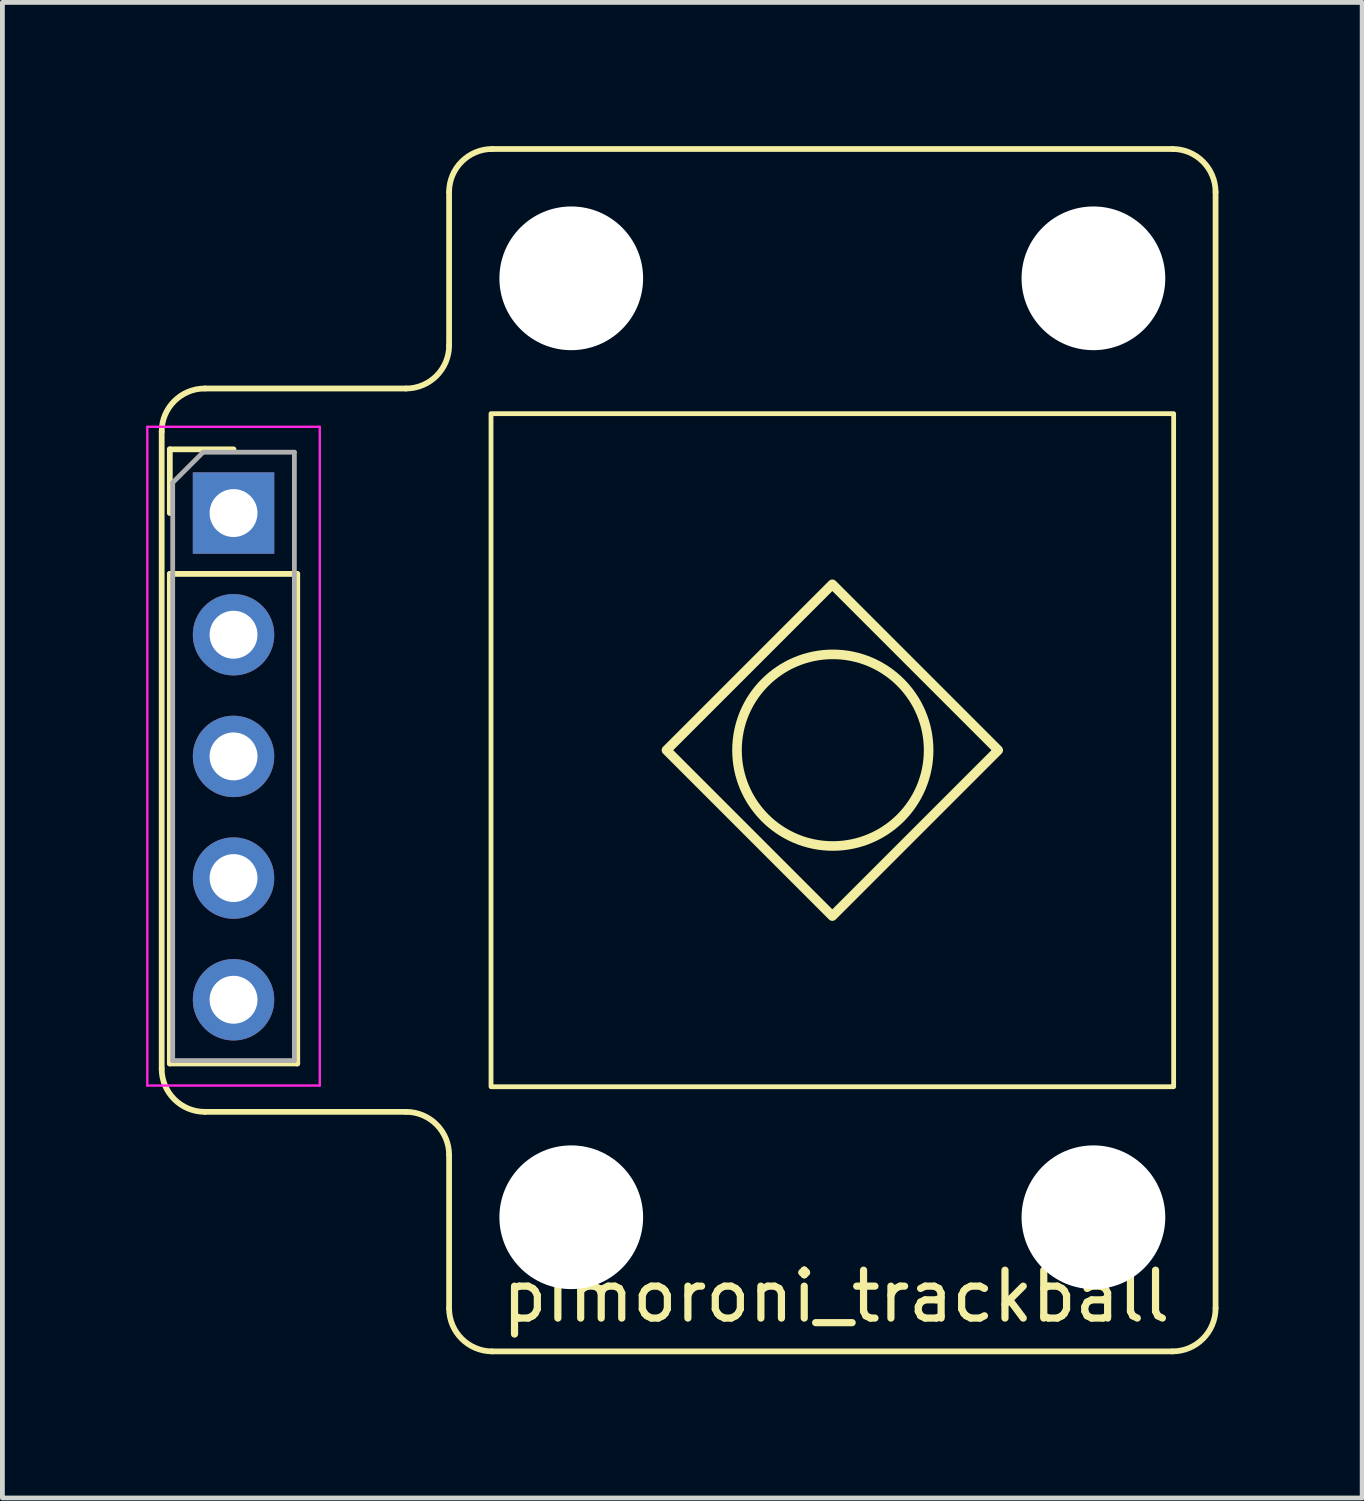
<source format=kicad_pcb>
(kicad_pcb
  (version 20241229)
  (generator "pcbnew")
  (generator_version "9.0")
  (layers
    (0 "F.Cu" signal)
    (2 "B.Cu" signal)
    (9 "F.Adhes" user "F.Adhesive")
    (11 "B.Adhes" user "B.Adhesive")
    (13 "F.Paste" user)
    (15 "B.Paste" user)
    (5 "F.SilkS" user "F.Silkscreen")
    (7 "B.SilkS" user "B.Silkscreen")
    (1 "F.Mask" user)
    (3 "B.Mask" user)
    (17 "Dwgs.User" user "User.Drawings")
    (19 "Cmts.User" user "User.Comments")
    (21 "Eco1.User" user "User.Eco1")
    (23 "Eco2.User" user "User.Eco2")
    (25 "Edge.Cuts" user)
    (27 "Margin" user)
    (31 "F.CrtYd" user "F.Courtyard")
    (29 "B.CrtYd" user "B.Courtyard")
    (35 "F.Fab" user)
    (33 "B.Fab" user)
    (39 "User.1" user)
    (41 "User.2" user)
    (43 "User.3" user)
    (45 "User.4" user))
  (footprint "pimoroni_trackball"
    (layer "F.Cu")
    (at 1.825 7.66)
    (property "Reference" "pimoroni_trackball" (at 12.58 16.35 0) (layer "F.SilkS") (effects (font (size 1 1) (thickness 0.15))))
    (attr through_hole)
    (fp_line (start -1.5 -1.7) (end -1.5 11.6) (stroke (width 0.12) (type solid)) (layer "F.SilkS"))
    (fp_line (start -1.33 -1.33) (end 0 -1.33) (stroke (width 0.12) (type solid)) (layer "F.SilkS"))
    (fp_line (start -1.33 0) (end -1.33 -1.33) (stroke (width 0.12) (type solid)) (layer "F.SilkS"))
    (fp_line (start -1.33 1.27) (end -1.33 11.49) (stroke (width 0.12) (type solid)) (layer "F.SilkS"))
    (fp_line (start -1.33 1.27) (end 1.33 1.27) (stroke (width 0.12) (type solid)) (layer "F.SilkS"))
    (fp_line (start -1.33 11.49) (end 1.33 11.49) (stroke (width 0.12) (type solid)) (layer "F.SilkS"))
    (fp_line (start -0.6 -2.6) (end 3.6 -2.6) (stroke (width 0.12) (type solid)) (layer "F.SilkS"))
    (fp_line (start -0.6 12.5) (end 3.6 12.5) (stroke (width 0.12) (type solid)) (layer "F.SilkS"))
    (fp_line (start 1.33 1.27) (end 1.33 11.49) (stroke (width 0.12) (type solid)) (layer "F.SilkS"))
    (fp_line (start 4.5 -3.5) (end 4.5 -6.7) (stroke (width 0.12) (type solid)) (layer "F.SilkS"))
    (fp_line (start 4.5 13.4) (end 4.5 16.6) (stroke (width 0.12) (type solid)) (layer "F.SilkS"))
    (fp_line (start 5.4 -7.6) (end 19.6 -7.6) (stroke (width 0.12) (type solid)) (layer "F.SilkS"))
    (fp_line (start 5.4 17.5) (end 19.6 17.5) (stroke (width 0.12) (type solid)) (layer "F.SilkS"))
    (fp_line (start 20.5 16.6) (end 20.5 -6.7) (stroke (width 0.12) (type solid)) (layer "F.SilkS"))
    (fp_rect (start 5.375 -2.075) (end 19.625 11.975) (stroke (width 0.1) (type default)) (fill no) (layer "F.SilkS"))
    (fp_arc (start -1.5 -1.7) (mid -1.236396 -2.336396) (end -0.6 -2.6) (stroke (width 0.12) (type default)) (layer "F.SilkS"))
    (fp_arc (start -0.6 12.5) (mid -1.236396 12.236396) (end -1.5 11.6) (stroke (width 0.12) (type default)) (layer "F.SilkS"))
    (fp_arc (start 3.6 12.5) (mid 4.236396 12.763604) (end 4.5 13.4) (stroke (width 0.12) (type default)) (layer "F.SilkS"))
    (fp_arc (start 4.5 -6.7) (mid 4.763604 -7.336396) (end 5.4 -7.6) (stroke (width 0.12) (type default)) (layer "F.SilkS"))
    (fp_arc (start 4.5 -3.5) (mid 4.236396 -2.863604) (end 3.6 -2.6) (stroke (width 0.12) (type default)) (layer "F.SilkS"))
    (fp_arc (start 5.4 17.5) (mid 4.763604 17.236396) (end 4.5 16.6) (stroke (width 0.12) (type default)) (layer "F.SilkS"))
    (fp_arc (start 19.6 -7.6) (mid 20.236396 -7.336396) (end 20.5 -6.7) (stroke (width 0.12) (type default)) (layer "F.SilkS"))
    (fp_arc (start 20.5 16.6) (mid 20.236396 17.236396) (end 19.6 17.5) (stroke (width 0.12) (type default)) (layer "F.SilkS"))
    (fp_circle (center 12.51 4.95) (end 14.51 4.95) (stroke (width 0.2) (type default)) (fill no) (layer "F.SilkS"))
    (fp_poly (pts (xy 9.037 4.95) (xy 12.5 1.487) (xy 15.963 4.95) (xy 12.5 8.413)) (stroke (width 0.2) (type default)) (fill no) (layer "F.SilkS"))
    (fp_line (start -1.8 -1.8) (end -1.8 11.95) (stroke (width 0.05) (type solid)) (layer "F.CrtYd"))
    (fp_line (start -1.8 11.95) (end 1.8 11.95) (stroke (width 0.05) (type solid)) (layer "F.CrtYd"))
    (fp_line (start 1.8 -1.8) (end -1.8 -1.8) (stroke (width 0.05) (type solid)) (layer "F.CrtYd"))
    (fp_line (start 1.8 11.95) (end 1.8 -1.8) (stroke (width 0.05) (type solid)) (layer "F.CrtYd"))
    (fp_line (start -1.27 -0.635) (end -0.635 -1.27) (stroke (width 0.1) (type solid)) (layer "F.Fab"))
    (fp_line (start -1.27 11.43) (end -1.27 -0.635) (stroke (width 0.1) (type solid)) (layer "F.Fab"))
    (fp_line (start -0.635 -1.27) (end 1.27 -1.27) (stroke (width 0.1) (type solid)) (layer "F.Fab"))
    (fp_line (start 1.27 -1.27) (end 1.27 11.43) (stroke (width 0.1) (type solid)) (layer "F.Fab"))
    (fp_line (start 1.27 11.43) (end -1.27 11.43) (stroke (width 0.1) (type solid)) (layer "F.Fab"))
    (pad "" np_thru_hole circle (at 7.05 -4.9) (size 3 3) (drill 3) (layers "*.Cu" "*.Mask"))
    (pad "" np_thru_hole circle (at 7.05 14.7) (size 3 3) (drill 3) (layers "*.Cu" "*.Mask"))
    (pad "" np_thru_hole circle (at 17.95 -4.9) (size 3 3) (drill 3) (layers "*.Cu" "*.Mask"))
    (pad "" np_thru_hole circle (at 17.95 14.7) (size 3 3) (drill 3) (layers "*.Cu" "*.Mask"))
    (pad "1" thru_hole rect (at 0 0) (size 1.7 1.7) (drill 1) (layers "*.Cu" "*.Mask"))
    (pad "2" thru_hole oval (at 0 2.54) (size 1.7 1.7) (drill 1) (layers "*.Cu" "*.Mask"))
    (pad "3" thru_hole oval (at 0 5.08) (size 1.7 1.7) (drill 1) (layers "*.Cu" "*.Mask"))
    (pad "4" thru_hole oval (at 0 7.62) (size 1.7 1.7) (drill 1) (layers "*.Cu" "*.Mask"))
    (pad "5" thru_hole oval (at 0 10.16) (size 1.7 1.7) (drill 1) (layers "*.Cu" "*.Mask")))
  (gr_rect
    (start -3 -3)
    (end 25.385 28.22)
    (stroke (width 0.1) (type default))
    (fill no)
    (layer "Edge.Cuts")))
</source>
